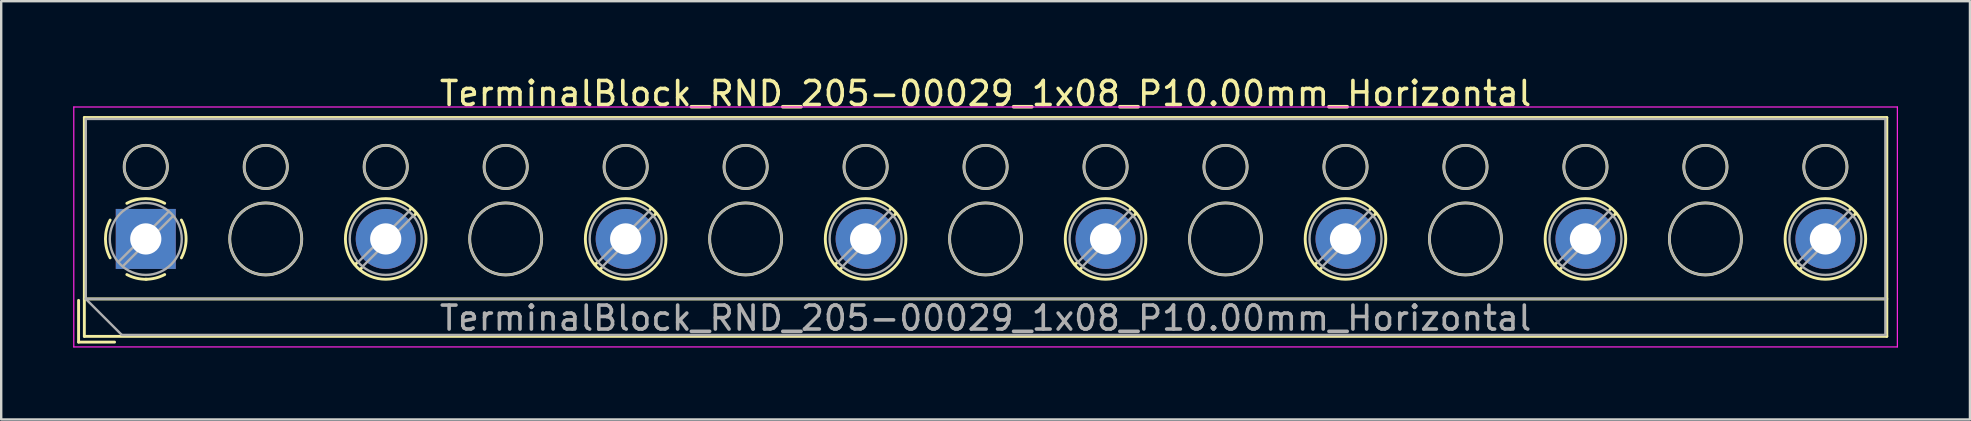
<source format=kicad_pcb>
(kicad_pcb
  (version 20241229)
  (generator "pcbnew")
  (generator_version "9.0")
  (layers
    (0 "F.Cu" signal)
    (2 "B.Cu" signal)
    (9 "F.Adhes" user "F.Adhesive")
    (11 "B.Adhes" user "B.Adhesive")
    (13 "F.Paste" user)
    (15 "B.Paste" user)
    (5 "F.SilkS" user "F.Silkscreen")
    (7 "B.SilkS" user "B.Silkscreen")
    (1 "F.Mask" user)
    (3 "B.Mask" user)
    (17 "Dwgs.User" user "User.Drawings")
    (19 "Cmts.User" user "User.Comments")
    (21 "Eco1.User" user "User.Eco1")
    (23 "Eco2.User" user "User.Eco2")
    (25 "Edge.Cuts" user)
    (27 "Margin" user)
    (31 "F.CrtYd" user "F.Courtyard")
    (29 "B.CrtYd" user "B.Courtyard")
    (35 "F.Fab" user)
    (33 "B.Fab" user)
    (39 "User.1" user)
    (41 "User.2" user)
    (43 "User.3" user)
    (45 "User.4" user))
  (footprint "TerminalBlock_RND_205-00029_1x08_P10.00mm_Horizontal"
    (layer "F.Cu")
    (at 3.025 6.908)
    (property "Reference" "TerminalBlock_RND_205-00029_1x08_P10.00mm_Horizontal" (at 35 -6.06 0) (layer "F.SilkS") (effects (font (size 1 1) (thickness 0.15))))
    (attr through_hole)
    (fp_line (start -2.8 2.56) (end -2.8 4.3) (stroke (width 0.12) (type solid)) (layer "F.SilkS"))
    (fp_line (start -2.8 4.3) (end -1.3 4.3) (stroke (width 0.12) (type solid)) (layer "F.SilkS"))
    (fp_line (start -2.56 -5.06) (end -2.56 4.06) (stroke (width 0.12) (type solid)) (layer "F.SilkS"))
    (fp_line (start -2.56 -5.06) (end 72.56 -5.06) (stroke (width 0.12) (type solid)) (layer "F.SilkS"))
    (fp_line (start -2.56 2.5) (end 72.56 2.5) (stroke (width 0.12) (type solid)) (layer "F.SilkS"))
    (fp_line (start -2.56 4.06) (end 72.56 4.06) (stroke (width 0.12) (type solid)) (layer "F.SilkS"))
    (fp_line (start 8.82 0.976) (end 8.726 1.069) (stroke (width 0.12) (type solid)) (layer "F.SilkS"))
    (fp_line (start 8.99 1.216) (end 8.931 1.274) (stroke (width 0.12) (type solid)) (layer "F.SilkS"))
    (fp_line (start 11.07 -1.275) (end 11.011 -1.216) (stroke (width 0.12) (type solid)) (layer "F.SilkS"))
    (fp_line (start 11.275 -1.069) (end 11.181 -0.976) (stroke (width 0.12) (type solid)) (layer "F.SilkS"))
    (fp_line (start 18.82 0.976) (end 18.726 1.069) (stroke (width 0.12) (type solid)) (layer "F.SilkS"))
    (fp_line (start 18.99 1.216) (end 18.931 1.274) (stroke (width 0.12) (type solid)) (layer "F.SilkS"))
    (fp_line (start 21.07 -1.275) (end 21.011 -1.216) (stroke (width 0.12) (type solid)) (layer "F.SilkS"))
    (fp_line (start 21.275 -1.069) (end 21.181 -0.976) (stroke (width 0.12) (type solid)) (layer "F.SilkS"))
    (fp_line (start 28.82 0.976) (end 28.726 1.069) (stroke (width 0.12) (type solid)) (layer "F.SilkS"))
    (fp_line (start 28.99 1.216) (end 28.931 1.274) (stroke (width 0.12) (type solid)) (layer "F.SilkS"))
    (fp_line (start 31.07 -1.275) (end 31.011 -1.216) (stroke (width 0.12) (type solid)) (layer "F.SilkS"))
    (fp_line (start 31.275 -1.069) (end 31.181 -0.976) (stroke (width 0.12) (type solid)) (layer "F.SilkS"))
    (fp_line (start 38.82 0.976) (end 38.726 1.069) (stroke (width 0.12) (type solid)) (layer "F.SilkS"))
    (fp_line (start 38.99 1.216) (end 38.931 1.274) (stroke (width 0.12) (type solid)) (layer "F.SilkS"))
    (fp_line (start 41.07 -1.275) (end 41.011 -1.216) (stroke (width 0.12) (type solid)) (layer "F.SilkS"))
    (fp_line (start 41.275 -1.069) (end 41.181 -0.976) (stroke (width 0.12) (type solid)) (layer "F.SilkS"))
    (fp_line (start 48.82 0.976) (end 48.726 1.069) (stroke (width 0.12) (type solid)) (layer "F.SilkS"))
    (fp_line (start 48.99 1.216) (end 48.931 1.274) (stroke (width 0.12) (type solid)) (layer "F.SilkS"))
    (fp_line (start 51.07 -1.275) (end 51.011 -1.216) (stroke (width 0.12) (type solid)) (layer "F.SilkS"))
    (fp_line (start 51.275 -1.069) (end 51.181 -0.976) (stroke (width 0.12) (type solid)) (layer "F.SilkS"))
    (fp_line (start 58.82 0.976) (end 58.726 1.069) (stroke (width 0.12) (type solid)) (layer "F.SilkS"))
    (fp_line (start 58.99 1.216) (end 58.931 1.274) (stroke (width 0.12) (type solid)) (layer "F.SilkS"))
    (fp_line (start 61.07 -1.275) (end 61.011 -1.216) (stroke (width 0.12) (type solid)) (layer "F.SilkS"))
    (fp_line (start 61.275 -1.069) (end 61.181 -0.976) (stroke (width 0.12) (type solid)) (layer "F.SilkS"))
    (fp_line (start 68.82 0.976) (end 68.726 1.069) (stroke (width 0.12) (type solid)) (layer "F.SilkS"))
    (fp_line (start 68.99 1.216) (end 68.931 1.274) (stroke (width 0.12) (type solid)) (layer "F.SilkS"))
    (fp_line (start 71.07 -1.275) (end 71.011 -1.216) (stroke (width 0.12) (type solid)) (layer "F.SilkS"))
    (fp_line (start 71.275 -1.069) (end 71.181 -0.976) (stroke (width 0.12) (type solid)) (layer "F.SilkS"))
    (fp_line (start 72.56 -5.06) (end 72.56 4.06) (stroke (width 0.12) (type solid)) (layer "F.SilkS"))
    (fp_arc (start -1.483953 0.789089) (mid -1.680708 0.00005) (end -1.484 -0.789) (stroke (width 0.12) (type solid)) (layer "F.SilkS"))
    (fp_arc (start -0.789089 -1.483953) (mid -0.00005 -1.680708) (end 0.789 -1.484) (stroke (width 0.12) (type solid)) (layer "F.SilkS"))
    (fp_arc (start 0.029383 1.68045) (mid -0.392304 1.634281) (end -0.789 1.484) (stroke (width 0.12) (type solid)) (layer "F.SilkS"))
    (fp_arc (start 0.788712 1.483352) (mid 0.406429 1.630097) (end 0 1.68) (stroke (width 0.12) (type solid)) (layer "F.SilkS"))
    (fp_arc (start 1.483953 -0.789089) (mid 1.680708 -0.00005) (end 1.484 0.789) (stroke (width 0.12) (type solid)) (layer "F.SilkS"))
    (fp_circle (center 0 -3) (end 0.9 -3) (stroke (width 0.12) (type solid)) (fill no) (layer "F.SilkS"))
    (fp_circle (center 5 -3) (end 5.9 -3) (stroke (width 0.12) (type solid)) (fill no) (layer "F.SilkS"))
    (fp_circle (center 5 0) (end 6.5 0) (stroke (width 0.12) (type solid)) (fill no) (layer "F.SilkS"))
    (fp_circle (center 10 -3) (end 10.9 -3) (stroke (width 0.12) (type solid)) (fill no) (layer "F.SilkS"))
    (fp_circle (center 10 0) (end 11.68 0) (stroke (width 0.12) (type solid)) (fill no) (layer "F.SilkS"))
    (fp_circle (center 15 -3) (end 15.9 -3) (stroke (width 0.12) (type solid)) (fill no) (layer "F.SilkS"))
    (fp_circle (center 15 0) (end 16.5 0) (stroke (width 0.12) (type solid)) (fill no) (layer "F.SilkS"))
    (fp_circle (center 20 -3) (end 20.9 -3) (stroke (width 0.12) (type solid)) (fill no) (layer "F.SilkS"))
    (fp_circle (center 20 0) (end 21.68 0) (stroke (width 0.12) (type solid)) (fill no) (layer "F.SilkS"))
    (fp_circle (center 25 -3) (end 25.9 -3) (stroke (width 0.12) (type solid)) (fill no) (layer "F.SilkS"))
    (fp_circle (center 25 0) (end 26.5 0) (stroke (width 0.12) (type solid)) (fill no) (layer "F.SilkS"))
    (fp_circle (center 30 -3) (end 30.9 -3) (stroke (width 0.12) (type solid)) (fill no) (layer "F.SilkS"))
    (fp_circle (center 30 0) (end 31.68 0) (stroke (width 0.12) (type solid)) (fill no) (layer "F.SilkS"))
    (fp_circle (center 35 -3) (end 35.9 -3) (stroke (width 0.12) (type solid)) (fill no) (layer "F.SilkS"))
    (fp_circle (center 35 0) (end 36.5 0) (stroke (width 0.12) (type solid)) (fill no) (layer "F.SilkS"))
    (fp_circle (center 40 -3) (end 40.9 -3) (stroke (width 0.12) (type solid)) (fill no) (layer "F.SilkS"))
    (fp_circle (center 40 0) (end 41.68 0) (stroke (width 0.12) (type solid)) (fill no) (layer "F.SilkS"))
    (fp_circle (center 45 -3) (end 45.9 -3) (stroke (width 0.12) (type solid)) (fill no) (layer "F.SilkS"))
    (fp_circle (center 45 0) (end 46.5 0) (stroke (width 0.12) (type solid)) (fill no) (layer "F.SilkS"))
    (fp_circle (center 50 -3) (end 50.9 -3) (stroke (width 0.12) (type solid)) (fill no) (layer "F.SilkS"))
    (fp_circle (center 50 0) (end 51.68 0) (stroke (width 0.12) (type solid)) (fill no) (layer "F.SilkS"))
    (fp_circle (center 55 -3) (end 55.9 -3) (stroke (width 0.12) (type solid)) (fill no) (layer "F.SilkS"))
    (fp_circle (center 55 0) (end 56.5 0) (stroke (width 0.12) (type solid)) (fill no) (layer "F.SilkS"))
    (fp_circle (center 60 -3) (end 60.9 -3) (stroke (width 0.12) (type solid)) (fill no) (layer "F.SilkS"))
    (fp_circle (center 60 0) (end 61.68 0) (stroke (width 0.12) (type solid)) (fill no) (layer "F.SilkS"))
    (fp_circle (center 65 -3) (end 65.9 -3) (stroke (width 0.12) (type solid)) (fill no) (layer "F.SilkS"))
    (fp_circle (center 65 0) (end 66.5 0) (stroke (width 0.12) (type solid)) (fill no) (layer "F.SilkS"))
    (fp_circle (center 70 -3) (end 70.9 -3) (stroke (width 0.12) (type solid)) (fill no) (layer "F.SilkS"))
    (fp_circle (center 70 0) (end 71.68 0) (stroke (width 0.12) (type solid)) (fill no) (layer "F.SilkS"))
    (fp_line (start -3 -5.5) (end -3 4.5) (stroke (width 0.05) (type solid)) (layer "F.CrtYd"))
    (fp_line (start -3 4.5) (end 73 4.5) (stroke (width 0.05) (type solid)) (layer "F.CrtYd"))
    (fp_line (start 73 -5.5) (end -3 -5.5) (stroke (width 0.05) (type solid)) (layer "F.CrtYd"))
    (fp_line (start 73 4.5) (end 73 -5.5) (stroke (width 0.05) (type solid)) (layer "F.CrtYd"))
    (fp_line (start -2.5 -5) (end 72.5 -5) (stroke (width 0.1) (type solid)) (layer "F.Fab"))
    (fp_line (start -2.5 2.5) (end -2.5 -5) (stroke (width 0.1) (type solid)) (layer "F.Fab"))
    (fp_line (start -2.5 2.5) (end 72.5 2.5) (stroke (width 0.1) (type solid)) (layer "F.Fab"))
    (fp_line (start -1 4) (end -2.5 2.5) (stroke (width 0.1) (type solid)) (layer "F.Fab"))
    (fp_line (start 0.955 -1.138) (end -1.138 0.955) (stroke (width 0.1) (type solid)) (layer "F.Fab"))
    (fp_line (start 1.138 -0.955) (end -0.955 1.138) (stroke (width 0.1) (type solid)) (layer "F.Fab"))
    (fp_line (start 10.955 -1.138) (end 8.863 0.955) (stroke (width 0.1) (type solid)) (layer "F.Fab"))
    (fp_line (start 11.138 -0.955) (end 9.046 1.138) (stroke (width 0.1) (type solid)) (layer "F.Fab"))
    (fp_line (start 20.955 -1.138) (end 18.863 0.955) (stroke (width 0.1) (type solid)) (layer "F.Fab"))
    (fp_line (start 21.138 -0.955) (end 19.046 1.138) (stroke (width 0.1) (type solid)) (layer "F.Fab"))
    (fp_line (start 30.955 -1.138) (end 28.863 0.955) (stroke (width 0.1) (type solid)) (layer "F.Fab"))
    (fp_line (start 31.138 -0.955) (end 29.046 1.138) (stroke (width 0.1) (type solid)) (layer "F.Fab"))
    (fp_line (start 40.955 -1.138) (end 38.863 0.955) (stroke (width 0.1) (type solid)) (layer "F.Fab"))
    (fp_line (start 41.138 -0.955) (end 39.046 1.138) (stroke (width 0.1) (type solid)) (layer "F.Fab"))
    (fp_line (start 50.955 -1.138) (end 48.863 0.955) (stroke (width 0.1) (type solid)) (layer "F.Fab"))
    (fp_line (start 51.138 -0.955) (end 49.046 1.138) (stroke (width 0.1) (type solid)) (layer "F.Fab"))
    (fp_line (start 60.955 -1.138) (end 58.863 0.955) (stroke (width 0.1) (type solid)) (layer "F.Fab"))
    (fp_line (start 61.138 -0.955) (end 59.046 1.138) (stroke (width 0.1) (type solid)) (layer "F.Fab"))
    (fp_line (start 70.955 -1.138) (end 68.863 0.955) (stroke (width 0.1) (type solid)) (layer "F.Fab"))
    (fp_line (start 71.138 -0.955) (end 69.046 1.138) (stroke (width 0.1) (type solid)) (layer "F.Fab"))
    (fp_line (start 72.5 -5) (end 72.5 4) (stroke (width 0.1) (type solid)) (layer "F.Fab"))
    (fp_line (start 72.5 4) (end -1 4) (stroke (width 0.1) (type solid)) (layer "F.Fab"))
    (fp_circle (center 0 -3) (end 0.9 -3) (stroke (width 0.1) (type solid)) (fill no) (layer "F.Fab"))
    (fp_circle (center 0 0) (end 1.5 0) (stroke (width 0.1) (type solid)) (fill no) (layer "F.Fab"))
    (fp_circle (center 5 -3) (end 5.9 -3) (stroke (width 0.1) (type solid)) (fill no) (layer "F.Fab"))
    (fp_circle (center 5 0) (end 6.5 0) (stroke (width 0.1) (type solid)) (fill no) (layer "F.Fab"))
    (fp_circle (center 10 -3) (end 10.9 -3) (stroke (width 0.1) (type solid)) (fill no) (layer "F.Fab"))
    (fp_circle (center 10 0) (end 11.5 0) (stroke (width 0.1) (type solid)) (fill no) (layer "F.Fab"))
    (fp_circle (center 15 -3) (end 15.9 -3) (stroke (width 0.1) (type solid)) (fill no) (layer "F.Fab"))
    (fp_circle (center 15 0) (end 16.5 0) (stroke (width 0.1) (type solid)) (fill no) (layer "F.Fab"))
    (fp_circle (center 20 -3) (end 20.9 -3) (stroke (width 0.1) (type solid)) (fill no) (layer "F.Fab"))
    (fp_circle (center 20 0) (end 21.5 0) (stroke (width 0.1) (type solid)) (fill no) (layer "F.Fab"))
    (fp_circle (center 25 -3) (end 25.9 -3) (stroke (width 0.1) (type solid)) (fill no) (layer "F.Fab"))
    (fp_circle (center 25 0) (end 26.5 0) (stroke (width 0.1) (type solid)) (fill no) (layer "F.Fab"))
    (fp_circle (center 30 -3) (end 30.9 -3) (stroke (width 0.1) (type solid)) (fill no) (layer "F.Fab"))
    (fp_circle (center 30 0) (end 31.5 0) (stroke (width 0.1) (type solid)) (fill no) (layer "F.Fab"))
    (fp_circle (center 35 -3) (end 35.9 -3) (stroke (width 0.1) (type solid)) (fill no) (layer "F.Fab"))
    (fp_circle (center 35 0) (end 36.5 0) (stroke (width 0.1) (type solid)) (fill no) (layer "F.Fab"))
    (fp_circle (center 40 -3) (end 40.9 -3) (stroke (width 0.1) (type solid)) (fill no) (layer "F.Fab"))
    (fp_circle (center 40 0) (end 41.5 0) (stroke (width 0.1) (type solid)) (fill no) (layer "F.Fab"))
    (fp_circle (center 45 -3) (end 45.9 -3) (stroke (width 0.1) (type solid)) (fill no) (layer "F.Fab"))
    (fp_circle (center 45 0) (end 46.5 0) (stroke (width 0.1) (type solid)) (fill no) (layer "F.Fab"))
    (fp_circle (center 50 -3) (end 50.9 -3) (stroke (width 0.1) (type solid)) (fill no) (layer "F.Fab"))
    (fp_circle (center 50 0) (end 51.5 0) (stroke (width 0.1) (type solid)) (fill no) (layer "F.Fab"))
    (fp_circle (center 55 -3) (end 55.9 -3) (stroke (width 0.1) (type solid)) (fill no) (layer "F.Fab"))
    (fp_circle (center 55 0) (end 56.5 0) (stroke (width 0.1) (type solid)) (fill no) (layer "F.Fab"))
    (fp_circle (center 60 -3) (end 60.9 -3) (stroke (width 0.1) (type solid)) (fill no) (layer "F.Fab"))
    (fp_circle (center 60 0) (end 61.5 0) (stroke (width 0.1) (type solid)) (fill no) (layer "F.Fab"))
    (fp_circle (center 65 -3) (end 65.9 -3) (stroke (width 0.1) (type solid)) (fill no) (layer "F.Fab"))
    (fp_circle (center 65 0) (end 66.5 0) (stroke (width 0.1) (type solid)) (fill no) (layer "F.Fab"))
    (fp_circle (center 70 -3) (end 70.9 -3) (stroke (width 0.1) (type solid)) (fill no) (layer "F.Fab"))
    (fp_circle (center 70 0) (end 71.5 0) (stroke (width 0.1) (type solid)) (fill no) (layer "F.Fab"))
    (fp_text user "${REFERENCE}" (at 35 3.3 0) (layer "F.Fab") (effects (font (size 1 1) (thickness 0.15))))
    (pad "1" thru_hole rect (at 0 0) (size 2.5 2.5) (drill 1.3) (layers "*.Cu" "*.Mask"))
    (pad "2" thru_hole circle (at 10 0) (size 2.5 2.5) (drill 1.3) (layers "*.Cu" "*.Mask"))
    (pad "3" thru_hole circle (at 20 0) (size 2.5 2.5) (drill 1.3) (layers "*.Cu" "*.Mask"))
    (pad "4" thru_hole circle (at 30 0) (size 2.5 2.5) (drill 1.3) (layers "*.Cu" "*.Mask"))
    (pad "5" thru_hole circle (at 40 0) (size 2.5 2.5) (drill 1.3) (layers "*.Cu" "*.Mask"))
    (pad "6" thru_hole circle (at 50 0) (size 2.5 2.5) (drill 1.3) (layers "*.Cu" "*.Mask"))
    (pad "7" thru_hole circle (at 60 0) (size 2.5 2.5) (drill 1.3) (layers "*.Cu" "*.Mask"))
    (pad "8" thru_hole circle (at 70 0) (size 2.5 2.5) (drill 1.3) (layers "*.Cu" "*.Mask")))
  (gr_rect
    (start -3 -3)
    (end 79.05 14.433)
    (stroke (width 0.1) (type default))
    (fill no)
    (layer "Edge.Cuts")))
</source>
